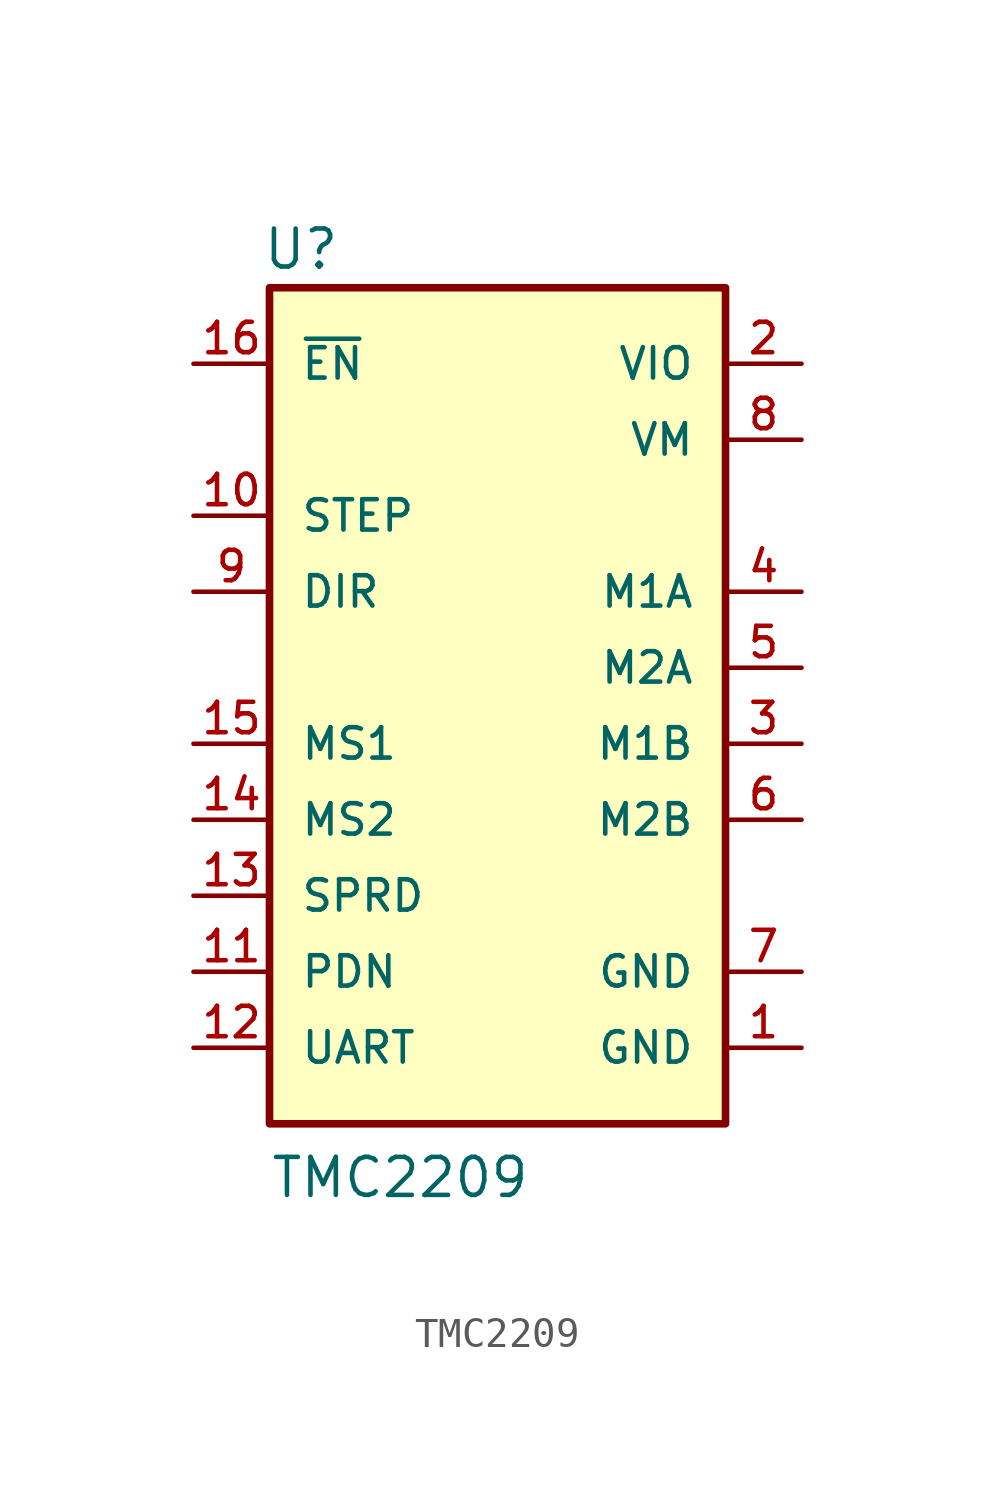
<source format=kicad_sym>
(kicad_symbol_lib
  (version 20231120)
  (generator "kicad_symbol_editor")
  (generator_version "8.0")
  (symbol "TMC2209"
    (pin_names
      (offset 1.016))
    (property "Reference" "U"
      (at -7.874 16.002 0)
      (effects (font (size 1.27 1.27)) (justify left top)))
    (property "Value" "TMC2209"
      (at -7.62 -16.51 0)
      (effects (font (size 1.27 1.27)) (justify left bottom)))
    (symbol "TMC2209_0_0"
      (rectangle (start -7.62 13.97) (end 7.62 -13.97) (stroke (width 0.254) (type default)) (fill (type background)))
      (pin power_in line (at 10.16 -11.43 180) (length 2.54) (name "GND" (effects (font (size 1.016 1.016)))) (number "1" (effects (font (size 1.016 1.016)))))
      (pin input line (at -10.16 6.35 0) (length 2.54) (name "STEP" (effects (font (size 1.016 1.016)))) (number "10" (effects (font (size 1.016 1.016)))))
      (pin bidirectional line (at -10.16 -8.89 0) (length 2.54) (name "PDN" (effects (font (size 1.016 1.016)))) (number "11" (effects (font (size 1.016 1.016)))))
      (pin bidirectional line (at -10.16 -11.43 0) (length 2.54) (name "UART" (effects (font (size 1.016 1.016)))) (number "12" (effects (font (size 1.016 1.016)))))
      (pin input line (at -10.16 -6.35 0) (length 2.54) (name "SPRD" (effects (font (size 1.016 1.016)))) (number "13" (effects (font (size 1.016 1.016)))))
      (pin input line (at -10.16 -3.81 0) (length 2.54) (name "MS2" (effects (font (size 1.016 1.016)))) (number "14" (effects (font (size 1.016 1.016)))))
      (pin input line (at -10.16 -1.27 0) (length 2.54) (name "MS1" (effects (font (size 1.016 1.016)))) (number "15" (effects (font (size 1.016 1.016)))))
      (pin input line (at -10.16 11.43 0) (length 2.54) (name "~{EN}" (effects (font (size 1.016 1.016)))) (number "16" (effects (font (size 1.016 1.016)))))
      (pin output line (at 10.16 -1.27 180) (length 2.54) (name "M1B" (effects (font (size 1.016 1.016)))) (number "3" (effects (font (size 1.016 1.016)))))
      (pin output line (at 10.16 3.81 180) (length 2.54) (name "M1A" (effects (font (size 1.016 1.016)))) (number "4" (effects (font (size 1.016 1.016)))))
      (pin output line (at 10.16 1.27 180) (length 2.54) (name "M2A" (effects (font (size 1.016 1.016)))) (number "5" (effects (font (size 1.016 1.016)))))
      (pin output line (at 10.16 -3.81 180) (length 2.54) (name "M2B" (effects (font (size 1.016 1.016)))) (number "6" (effects (font (size 1.016 1.016)))))
      (pin power_in line (at 10.16 -8.89 180) (length 2.54) (name "GND" (effects (font (size 1.016 1.016)))) (number "7" (effects (font (size 1.016 1.016)))))
      (pin power_in line (at 10.16 8.89 180) (length 2.54) (name "VM" (effects (font (size 1.016 1.016)))) (number "8" (effects (font (size 1.016 1.016)))))
      (pin input line (at -10.16 3.81 0) (length 2.54) (name "DIR" (effects (font (size 1.016 1.016)))) (number "9" (effects (font (size 1.016 1.016))))))
    (symbol "TMC2209_1_0"
      (pin power_in line (at 10.16 11.43 180) (length 2.54) (name "VIO" (effects (font (size 1.016 1.016)))) (number "2" (effects (font (size 1.016 1.016))))))))
</source>
